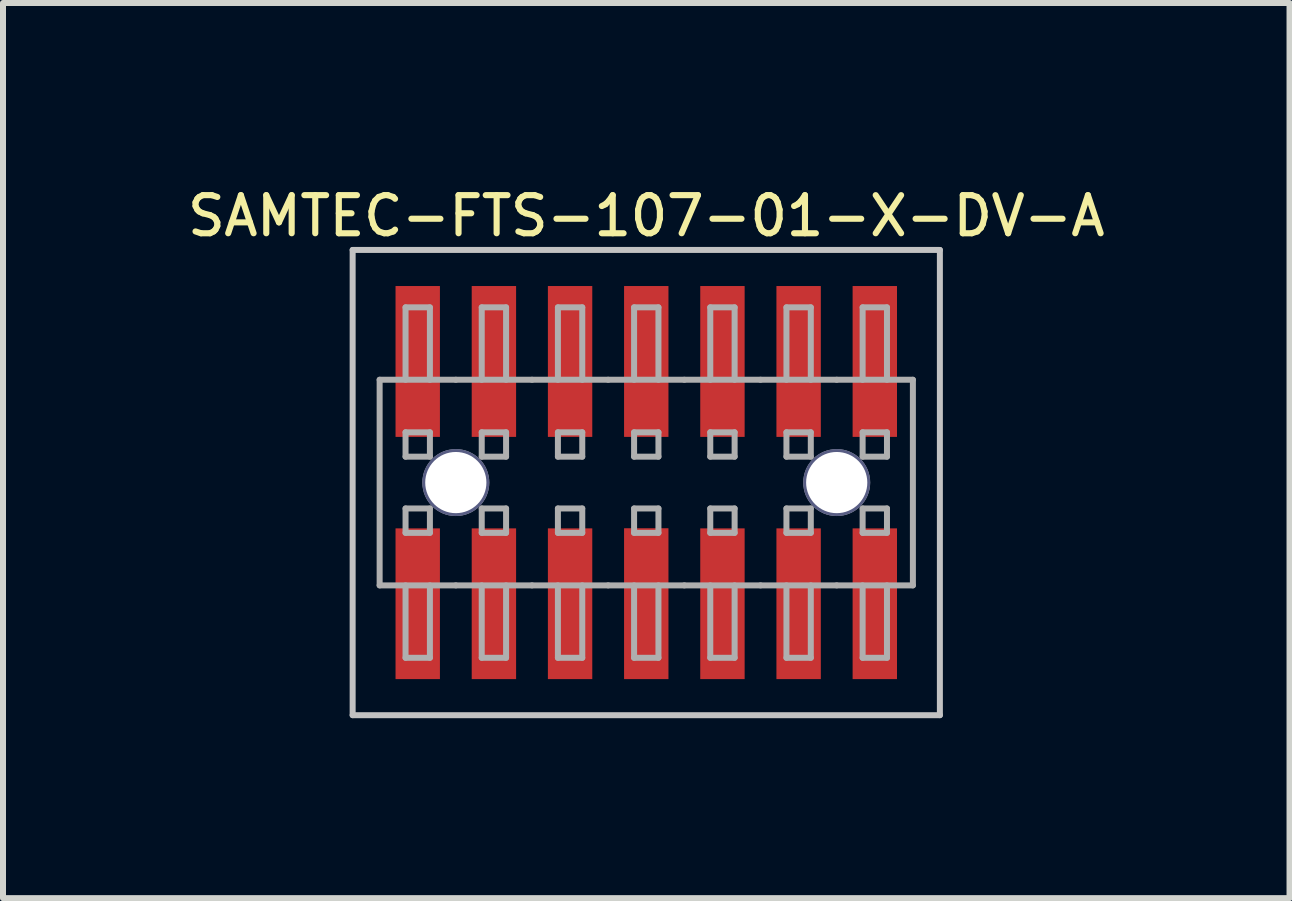
<source format=kicad_pcb>
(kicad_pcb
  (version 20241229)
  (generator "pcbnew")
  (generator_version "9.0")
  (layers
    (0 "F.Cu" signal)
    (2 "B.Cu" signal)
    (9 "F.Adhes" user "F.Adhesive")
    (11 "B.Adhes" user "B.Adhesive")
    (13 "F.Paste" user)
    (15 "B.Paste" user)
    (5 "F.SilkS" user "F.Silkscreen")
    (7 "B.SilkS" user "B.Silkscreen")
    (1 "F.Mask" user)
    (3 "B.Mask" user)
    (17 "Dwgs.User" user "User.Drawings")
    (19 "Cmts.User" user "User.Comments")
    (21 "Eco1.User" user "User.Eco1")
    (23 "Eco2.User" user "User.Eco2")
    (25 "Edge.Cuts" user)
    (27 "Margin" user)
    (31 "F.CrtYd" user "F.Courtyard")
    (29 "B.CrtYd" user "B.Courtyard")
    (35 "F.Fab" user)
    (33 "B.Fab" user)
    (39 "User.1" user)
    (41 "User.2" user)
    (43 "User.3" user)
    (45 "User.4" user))
  (footprint "SAMTEC-FTS-107-01-X-DV-A"
    (layer "F.Cu")
    (at 7.724 4.995)
    (property "Reference" "SAMTEC-FTS-107-01-X-DV-A" (at 0 -4.445 0) (layer "F.SilkS") (effects (font (size 0.635 0.635) (thickness 0.102))))
    (attr through_hole)
    (fp_circle (center -3.175 0) (end -2.614 0) (stroke (width 0) (type solid)) (fill yes) (layer "F.Mask"))
    (fp_circle (center 3.175 0) (end 3.736 0) (stroke (width 0) (type solid)) (fill yes) (layer "F.Mask"))
    (fp_poly (pts (xy -4.231 -3.326) (xy -3.389 -3.326) (xy -3.389 -0.713) (xy -4.231 -0.713)) (stroke (width 0.01) (type solid)) (fill yes) (layer "F.Mask"))
    (fp_poly (pts (xy -4.231 0.713) (xy -3.389 0.713) (xy -3.389 3.326) (xy -4.231 3.326)) (stroke (width 0.01) (type solid)) (fill yes) (layer "F.Mask"))
    (fp_poly (pts (xy -2.961 -3.326) (xy -2.119 -3.326) (xy -2.119 -0.713) (xy -2.961 -0.713)) (stroke (width 0.01) (type solid)) (fill yes) (layer "F.Mask"))
    (fp_poly (pts (xy -2.961 0.713) (xy -2.119 0.713) (xy -2.119 3.326) (xy -2.961 3.326)) (stroke (width 0.01) (type solid)) (fill yes) (layer "F.Mask"))
    (fp_poly (pts (xy -1.691 -3.326) (xy -0.849 -3.326) (xy -0.849 -0.713) (xy -1.691 -0.713)) (stroke (width 0.01) (type solid)) (fill yes) (layer "F.Mask"))
    (fp_poly (pts (xy -1.691 0.713) (xy -0.849 0.713) (xy -0.849 3.326) (xy -1.691 3.326)) (stroke (width 0.01) (type solid)) (fill yes) (layer "F.Mask"))
    (fp_poly (pts (xy -0.421 -3.326) (xy 0.421 -3.326) (xy 0.421 -0.713) (xy -0.421 -0.713)) (stroke (width 0.01) (type solid)) (fill yes) (layer "F.Mask"))
    (fp_poly (pts (xy -0.421 0.713) (xy 0.421 0.713) (xy 0.421 3.326) (xy -0.421 3.326)) (stroke (width 0.01) (type solid)) (fill yes) (layer "F.Mask"))
    (fp_poly (pts (xy 0.849 -3.326) (xy 1.691 -3.326) (xy 1.691 -0.713) (xy 0.849 -0.713)) (stroke (width 0.01) (type solid)) (fill yes) (layer "F.Mask"))
    (fp_poly (pts (xy 0.849 0.713) (xy 1.691 0.713) (xy 1.691 3.326) (xy 0.849 3.326)) (stroke (width 0.01) (type solid)) (fill yes) (layer "F.Mask"))
    (fp_poly (pts (xy 2.119 -3.327) (xy 2.961 -3.327) (xy 2.961 -0.715) (xy 2.119 -0.715)) (stroke (width 0.01) (type solid)) (fill yes) (layer "F.Mask"))
    (fp_poly (pts (xy 2.119 0.713) (xy 2.961 0.713) (xy 2.961 3.326) (xy 2.119 3.326)) (stroke (width 0.01) (type solid)) (fill yes) (layer "F.Mask"))
    (fp_poly (pts (xy 3.389 -3.326) (xy 4.231 -3.326) (xy 4.231 -0.713) (xy 3.389 -0.713)) (stroke (width 0.01) (type solid)) (fill yes) (layer "F.Mask"))
    (fp_poly (pts (xy 3.389 0.713) (xy 4.231 0.713) (xy 4.231 3.326) (xy 3.389 3.326)) (stroke (width 0.01) (type solid)) (fill yes) (layer "F.Mask"))
    (fp_circle (center -3.175 0) (end -2.614 0) (stroke (width 0) (type solid)) (fill yes) (layer "B.Mask"))
    (fp_circle (center 3.175 0) (end 3.736 0) (stroke (width 0) (type solid)) (fill yes) (layer "B.Mask"))
    (fp_poly (pts (xy -4.18 -3.275) (xy -3.44 -3.275) (xy -3.44 -0.764) (xy -4.18 -0.764)) (stroke (width 0.01) (type solid)) (fill yes) (layer "F.Paste"))
    (fp_poly (pts (xy -4.18 0.764) (xy -3.44 0.764) (xy -3.44 3.275) (xy -4.18 3.275)) (stroke (width 0.01) (type solid)) (fill yes) (layer "F.Paste"))
    (fp_poly (pts (xy -2.91 -3.275) (xy -2.17 -3.275) (xy -2.17 -0.764) (xy -2.91 -0.764)) (stroke (width 0.01) (type solid)) (fill yes) (layer "F.Paste"))
    (fp_poly (pts (xy -2.91 0.764) (xy -2.17 0.764) (xy -2.17 3.275) (xy -2.91 3.275)) (stroke (width 0.01) (type solid)) (fill yes) (layer "F.Paste"))
    (fp_poly (pts (xy -1.64 -3.275) (xy -0.9 -3.275) (xy -0.9 -0.764) (xy -1.64 -0.764)) (stroke (width 0.01) (type solid)) (fill yes) (layer "F.Paste"))
    (fp_poly (pts (xy -1.64 0.764) (xy -0.9 0.764) (xy -0.9 3.275) (xy -1.64 3.275)) (stroke (width 0.01) (type solid)) (fill yes) (layer "F.Paste"))
    (fp_poly (pts (xy -0.37 -3.275) (xy 0.37 -3.275) (xy 0.37 -0.764) (xy -0.37 -0.764)) (stroke (width 0.01) (type solid)) (fill yes) (layer "F.Paste"))
    (fp_poly (pts (xy -0.37 0.762) (xy 0.37 0.762) (xy 0.37 3.275) (xy -0.37 3.275)) (stroke (width 0.01) (type solid)) (fill yes) (layer "F.Paste"))
    (fp_poly (pts (xy 0.9 -3.277) (xy 1.64 -3.277) (xy 1.64 -0.766) (xy 0.9 -0.766)) (stroke (width 0.01) (type solid)) (fill yes) (layer "F.Paste"))
    (fp_poly (pts (xy 0.9 0.764) (xy 1.64 0.764) (xy 1.64 3.275) (xy 0.9 3.275)) (stroke (width 0.01) (type solid)) (fill yes) (layer "F.Paste"))
    (fp_poly (pts (xy 2.17 -3.275) (xy 2.91 -3.275) (xy 2.91 -0.764) (xy 2.17 -0.764)) (stroke (width 0.01) (type solid)) (fill yes) (layer "F.Paste"))
    (fp_poly (pts (xy 2.17 0.764) (xy 2.91 0.764) (xy 2.91 3.275) (xy 2.17 3.275)) (stroke (width 0.01) (type solid)) (fill yes) (layer "F.Paste"))
    (fp_poly (pts (xy 3.44 -3.275) (xy 4.18 -3.275) (xy 4.18 -0.764) (xy 3.44 -0.764)) (stroke (width 0.01) (type solid)) (fill yes) (layer "F.Paste"))
    (fp_poly (pts (xy 3.44 0.764) (xy 4.18 0.764) (xy 4.18 3.275) (xy 3.44 3.275)) (stroke (width 0.01) (type solid)) (fill yes) (layer "F.Paste"))
    (fp_line (start -4.895 -3.878) (end -4.895 3.878) (stroke (width 0.1) (type solid)) (layer "Dwgs.User"))
    (fp_line (start -4.895 3.878) (end 4.895 3.878) (stroke (width 0.1) (type solid)) (layer "Dwgs.User"))
    (fp_line (start 4.895 -3.878) (end -4.895 -3.878) (stroke (width 0.1) (type solid)) (layer "Dwgs.User"))
    (fp_line (start 4.895 3.878) (end 4.895 -3.878) (stroke (width 0.1) (type solid)) (layer "Dwgs.User"))
    (fp_circle (center -3.175 0) (end -2.667 0) (stroke (width 0.1) (type solid)) (fill no) (layer "B.Fab"))
    (fp_circle (center 3.175 0) (end 3.683 0) (stroke (width 0.1) (type solid)) (fill no) (layer "B.Fab"))
    (fp_line (start -4.445 -1.714) (end -3.175 -1.714) (stroke (width 0.1) (type solid)) (layer "F.Fab"))
    (fp_line (start -4.445 1.714) (end -4.445 -1.714) (stroke (width 0.1) (type solid)) (layer "F.Fab"))
    (fp_line (start -4.013 -2.921) (end -3.607 -2.921) (stroke (width 0.1) (type solid)) (layer "F.Fab"))
    (fp_line (start -4.013 -1.714) (end -4.013 -2.921) (stroke (width 0.1) (type solid)) (layer "F.Fab"))
    (fp_line (start -4.013 -0.838) (end -3.607 -0.838) (stroke (width 0.1) (type solid)) (layer "F.Fab"))
    (fp_line (start -4.013 -0.432) (end -4.013 -0.838) (stroke (width 0.1) (type solid)) (layer "F.Fab"))
    (fp_line (start -4.013 0.432) (end -3.607 0.432) (stroke (width 0.1) (type solid)) (layer "F.Fab"))
    (fp_line (start -4.013 0.838) (end -4.013 0.432) (stroke (width 0.1) (type solid)) (layer "F.Fab"))
    (fp_line (start -4.013 1.714) (end -4.013 2.921) (stroke (width 0.1) (type solid)) (layer "F.Fab"))
    (fp_line (start -4.013 2.921) (end -3.607 2.921) (stroke (width 0.1) (type solid)) (layer "F.Fab"))
    (fp_line (start -3.607 -2.921) (end -3.607 -1.714) (stroke (width 0.1) (type solid)) (layer "F.Fab"))
    (fp_line (start -3.607 -0.838) (end -3.607 -0.432) (stroke (width 0.1) (type solid)) (layer "F.Fab"))
    (fp_line (start -3.607 -0.432) (end -4.013 -0.432) (stroke (width 0.1) (type solid)) (layer "F.Fab"))
    (fp_line (start -3.607 0.432) (end -3.607 0.838) (stroke (width 0.1) (type solid)) (layer "F.Fab"))
    (fp_line (start -3.607 0.838) (end -4.013 0.838) (stroke (width 0.1) (type solid)) (layer "F.Fab"))
    (fp_line (start -3.607 2.921) (end -3.607 1.714) (stroke (width 0.1) (type solid)) (layer "F.Fab"))
    (fp_line (start -3.175 1.714) (end -4.445 1.714) (stroke (width 0.1) (type solid)) (layer "F.Fab"))
    (fp_line (start -3.175 1.714) (end -1.905 1.714) (stroke (width 0.1) (type solid)) (layer "F.Fab"))
    (fp_line (start -2.743 -2.921) (end -2.743 -1.714) (stroke (width 0.1) (type solid)) (layer "F.Fab"))
    (fp_line (start -2.743 -0.838) (end -2.743 -0.432) (stroke (width 0.1) (type solid)) (layer "F.Fab"))
    (fp_line (start -2.743 -0.432) (end -2.337 -0.432) (stroke (width 0.1) (type solid)) (layer "F.Fab"))
    (fp_line (start -2.743 0.432) (end -2.743 0.838) (stroke (width 0.1) (type solid)) (layer "F.Fab"))
    (fp_line (start -2.743 0.838) (end -2.337 0.838) (stroke (width 0.1) (type solid)) (layer "F.Fab"))
    (fp_line (start -2.743 2.921) (end -2.743 1.714) (stroke (width 0.1) (type solid)) (layer "F.Fab"))
    (fp_line (start -2.337 -2.921) (end -2.743 -2.921) (stroke (width 0.1) (type solid)) (layer "F.Fab"))
    (fp_line (start -2.337 -1.714) (end -2.337 -2.921) (stroke (width 0.1) (type solid)) (layer "F.Fab"))
    (fp_line (start -2.337 -0.838) (end -2.743 -0.838) (stroke (width 0.1) (type solid)) (layer "F.Fab"))
    (fp_line (start -2.337 -0.432) (end -2.337 -0.838) (stroke (width 0.1) (type solid)) (layer "F.Fab"))
    (fp_line (start -2.337 0.432) (end -2.743 0.432) (stroke (width 0.1) (type solid)) (layer "F.Fab"))
    (fp_line (start -2.337 0.838) (end -2.337 0.432) (stroke (width 0.1) (type solid)) (layer "F.Fab"))
    (fp_line (start -2.337 1.714) (end -2.337 2.921) (stroke (width 0.1) (type solid)) (layer "F.Fab"))
    (fp_line (start -2.337 2.921) (end -2.743 2.921) (stroke (width 0.1) (type solid)) (layer "F.Fab"))
    (fp_line (start -1.905 -1.714) (end -3.175 -1.714) (stroke (width 0.1) (type solid)) (layer "F.Fab"))
    (fp_line (start -1.905 1.714) (end -0.635 1.714) (stroke (width 0.1) (type solid)) (layer "F.Fab"))
    (fp_line (start -1.473 -2.921) (end -1.473 -1.714) (stroke (width 0.1) (type solid)) (layer "F.Fab"))
    (fp_line (start -1.473 -0.838) (end -1.473 -0.432) (stroke (width 0.1) (type solid)) (layer "F.Fab"))
    (fp_line (start -1.473 -0.432) (end -1.067 -0.432) (stroke (width 0.1) (type solid)) (layer "F.Fab"))
    (fp_line (start -1.473 0.432) (end -1.473 0.838) (stroke (width 0.1) (type solid)) (layer "F.Fab"))
    (fp_line (start -1.473 0.838) (end -1.067 0.838) (stroke (width 0.1) (type solid)) (layer "F.Fab"))
    (fp_line (start -1.473 2.921) (end -1.473 1.714) (stroke (width 0.1) (type solid)) (layer "F.Fab"))
    (fp_line (start -1.067 -2.921) (end -1.473 -2.921) (stroke (width 0.1) (type solid)) (layer "F.Fab"))
    (fp_line (start -1.067 -1.714) (end -1.067 -2.921) (stroke (width 0.1) (type solid)) (layer "F.Fab"))
    (fp_line (start -1.067 -0.838) (end -1.473 -0.838) (stroke (width 0.1) (type solid)) (layer "F.Fab"))
    (fp_line (start -1.067 -0.432) (end -1.067 -0.838) (stroke (width 0.1) (type solid)) (layer "F.Fab"))
    (fp_line (start -1.067 0.432) (end -1.473 0.432) (stroke (width 0.1) (type solid)) (layer "F.Fab"))
    (fp_line (start -1.067 0.838) (end -1.067 0.432) (stroke (width 0.1) (type solid)) (layer "F.Fab"))
    (fp_line (start -1.067 1.714) (end -1.067 2.921) (stroke (width 0.1) (type solid)) (layer "F.Fab"))
    (fp_line (start -1.067 2.921) (end -1.473 2.921) (stroke (width 0.1) (type solid)) (layer "F.Fab"))
    (fp_line (start -0.635 -1.714) (end -1.905 -1.714) (stroke (width 0.1) (type solid)) (layer "F.Fab"))
    (fp_line (start -0.635 1.714) (end 0.635 1.714) (stroke (width 0.1) (type solid)) (layer "F.Fab"))
    (fp_line (start -0.203 -2.921) (end -0.203 -1.714) (stroke (width 0.1) (type solid)) (layer "F.Fab"))
    (fp_line (start -0.203 -0.838) (end -0.203 -0.432) (stroke (width 0.1) (type solid)) (layer "F.Fab"))
    (fp_line (start -0.203 -0.432) (end 0.203 -0.432) (stroke (width 0.1) (type solid)) (layer "F.Fab"))
    (fp_line (start -0.203 0.432) (end -0.203 0.838) (stroke (width 0.1) (type solid)) (layer "F.Fab"))
    (fp_line (start -0.203 0.838) (end 0.203 0.838) (stroke (width 0.1) (type solid)) (layer "F.Fab"))
    (fp_line (start -0.203 2.921) (end -0.203 1.714) (stroke (width 0.1) (type solid)) (layer "F.Fab"))
    (fp_line (start 0.203 -2.921) (end -0.203 -2.921) (stroke (width 0.1) (type solid)) (layer "F.Fab"))
    (fp_line (start 0.203 -1.714) (end 0.203 -2.921) (stroke (width 0.1) (type solid)) (layer "F.Fab"))
    (fp_line (start 0.203 -0.838) (end -0.203 -0.838) (stroke (width 0.1) (type solid)) (layer "F.Fab"))
    (fp_line (start 0.203 -0.432) (end 0.203 -0.838) (stroke (width 0.1) (type solid)) (layer "F.Fab"))
    (fp_line (start 0.203 0.432) (end -0.203 0.432) (stroke (width 0.1) (type solid)) (layer "F.Fab"))
    (fp_line (start 0.203 0.838) (end 0.203 0.432) (stroke (width 0.1) (type solid)) (layer "F.Fab"))
    (fp_line (start 0.203 1.714) (end 0.203 2.921) (stroke (width 0.1) (type solid)) (layer "F.Fab"))
    (fp_line (start 0.203 2.921) (end -0.203 2.921) (stroke (width 0.1) (type solid)) (layer "F.Fab"))
    (fp_line (start 0.635 -1.714) (end -0.635 -1.714) (stroke (width 0.1) (type solid)) (layer "F.Fab"))
    (fp_line (start 0.635 1.714) (end 1.905 1.714) (stroke (width 0.1) (type solid)) (layer "F.Fab"))
    (fp_line (start 1.067 -2.921) (end 1.067 -1.714) (stroke (width 0.1) (type solid)) (layer "F.Fab"))
    (fp_line (start 1.067 -0.838) (end 1.067 -0.432) (stroke (width 0.1) (type solid)) (layer "F.Fab"))
    (fp_line (start 1.067 -0.432) (end 1.473 -0.432) (stroke (width 0.1) (type solid)) (layer "F.Fab"))
    (fp_line (start 1.067 0.432) (end 1.067 0.838) (stroke (width 0.1) (type solid)) (layer "F.Fab"))
    (fp_line (start 1.067 0.838) (end 1.473 0.838) (stroke (width 0.1) (type solid)) (layer "F.Fab"))
    (fp_line (start 1.067 2.921) (end 1.067 1.714) (stroke (width 0.1) (type solid)) (layer "F.Fab"))
    (fp_line (start 1.473 -2.921) (end 1.067 -2.921) (stroke (width 0.1) (type solid)) (layer "F.Fab"))
    (fp_line (start 1.473 -1.714) (end 1.473 -2.921) (stroke (width 0.1) (type solid)) (layer "F.Fab"))
    (fp_line (start 1.473 -0.838) (end 1.067 -0.838) (stroke (width 0.1) (type solid)) (layer "F.Fab"))
    (fp_line (start 1.473 -0.432) (end 1.473 -0.838) (stroke (width 0.1) (type solid)) (layer "F.Fab"))
    (fp_line (start 1.473 0.432) (end 1.067 0.432) (stroke (width 0.1) (type solid)) (layer "F.Fab"))
    (fp_line (start 1.473 0.838) (end 1.473 0.432) (stroke (width 0.1) (type solid)) (layer "F.Fab"))
    (fp_line (start 1.473 1.714) (end 1.473 2.921) (stroke (width 0.1) (type solid)) (layer "F.Fab"))
    (fp_line (start 1.473 2.921) (end 1.067 2.921) (stroke (width 0.1) (type solid)) (layer "F.Fab"))
    (fp_line (start 1.905 -1.714) (end 0.635 -1.714) (stroke (width 0.1) (type solid)) (layer "F.Fab"))
    (fp_line (start 1.905 1.714) (end 3.175 1.714) (stroke (width 0.1) (type solid)) (layer "F.Fab"))
    (fp_line (start 2.337 -2.921) (end 2.337 -1.714) (stroke (width 0.1) (type solid)) (layer "F.Fab"))
    (fp_line (start 2.337 -0.838) (end 2.337 -0.432) (stroke (width 0.1) (type solid)) (layer "F.Fab"))
    (fp_line (start 2.337 -0.432) (end 2.743 -0.432) (stroke (width 0.1) (type solid)) (layer "F.Fab"))
    (fp_line (start 2.337 0.432) (end 2.337 0.838) (stroke (width 0.1) (type solid)) (layer "F.Fab"))
    (fp_line (start 2.337 0.838) (end 2.743 0.838) (stroke (width 0.1) (type solid)) (layer "F.Fab"))
    (fp_line (start 2.337 2.921) (end 2.337 1.714) (stroke (width 0.1) (type solid)) (layer "F.Fab"))
    (fp_line (start 2.743 -2.921) (end 2.337 -2.921) (stroke (width 0.1) (type solid)) (layer "F.Fab"))
    (fp_line (start 2.743 -1.714) (end 2.743 -2.921) (stroke (width 0.1) (type solid)) (layer "F.Fab"))
    (fp_line (start 2.743 -0.838) (end 2.337 -0.838) (stroke (width 0.1) (type solid)) (layer "F.Fab"))
    (fp_line (start 2.743 -0.432) (end 2.743 -0.838) (stroke (width 0.1) (type solid)) (layer "F.Fab"))
    (fp_line (start 2.743 0.432) (end 2.337 0.432) (stroke (width 0.1) (type solid)) (layer "F.Fab"))
    (fp_line (start 2.743 0.838) (end 2.743 0.432) (stroke (width 0.1) (type solid)) (layer "F.Fab"))
    (fp_line (start 2.743 1.714) (end 2.743 2.921) (stroke (width 0.1) (type solid)) (layer "F.Fab"))
    (fp_line (start 2.743 2.921) (end 2.337 2.921) (stroke (width 0.1) (type solid)) (layer "F.Fab"))
    (fp_line (start 3.175 -1.714) (end 1.905 -1.714) (stroke (width 0.1) (type solid)) (layer "F.Fab"))
    (fp_line (start 3.175 1.714) (end 4.445 1.714) (stroke (width 0.1) (type solid)) (layer "F.Fab"))
    (fp_line (start 3.607 -2.921) (end 3.607 -1.714) (stroke (width 0.1) (type solid)) (layer "F.Fab"))
    (fp_line (start 3.607 -0.838) (end 3.607 -0.432) (stroke (width 0.1) (type solid)) (layer "F.Fab"))
    (fp_line (start 3.607 -0.432) (end 4.013 -0.432) (stroke (width 0.1) (type solid)) (layer "F.Fab"))
    (fp_line (start 3.607 0.432) (end 3.607 0.838) (stroke (width 0.1) (type solid)) (layer "F.Fab"))
    (fp_line (start 3.607 0.838) (end 4.013 0.838) (stroke (width 0.1) (type solid)) (layer "F.Fab"))
    (fp_line (start 3.607 2.921) (end 3.607 1.714) (stroke (width 0.1) (type solid)) (layer "F.Fab"))
    (fp_line (start 4.013 -2.921) (end 3.607 -2.921) (stroke (width 0.1) (type solid)) (layer "F.Fab"))
    (fp_line (start 4.013 -1.714) (end 4.013 -2.921) (stroke (width 0.1) (type solid)) (layer "F.Fab"))
    (fp_line (start 4.013 -0.838) (end 3.607 -0.838) (stroke (width 0.1) (type solid)) (layer "F.Fab"))
    (fp_line (start 4.013 -0.432) (end 4.013 -0.838) (stroke (width 0.1) (type solid)) (layer "F.Fab"))
    (fp_line (start 4.013 0.432) (end 3.607 0.432) (stroke (width 0.1) (type solid)) (layer "F.Fab"))
    (fp_line (start 4.013 0.838) (end 4.013 0.432) (stroke (width 0.1) (type solid)) (layer "F.Fab"))
    (fp_line (start 4.013 1.714) (end 4.013 2.921) (stroke (width 0.1) (type solid)) (layer "F.Fab"))
    (fp_line (start 4.013 2.921) (end 3.607 2.921) (stroke (width 0.1) (type solid)) (layer "F.Fab"))
    (fp_line (start 4.445 -1.714) (end 3.175 -1.714) (stroke (width 0.1) (type solid)) (layer "F.Fab"))
    (fp_line (start 4.445 1.714) (end 4.445 -1.714) (stroke (width 0.1) (type solid)) (layer "F.Fab"))
    (fp_circle (center -3.175 0) (end -2.667 0) (stroke (width 0.1) (type solid)) (fill no) (layer "F.Fab"))
    (fp_circle (center 3.175 0) (end 3.683 0) (stroke (width 0.1) (type solid)) (fill no) (layer "F.Fab"))
    (pad "" np_thru_hole circle (at -3.175 0) (size 1.02 1.02) (drill 1.02) (layers "*.Cu" "*.Mask"))
    (pad "" np_thru_hole circle (at 3.175 0) (size 1.02 1.02) (drill 1.02) (layers "*.Cu" "*.Mask"))
    (pad "1" smd rect (at -3.81 2.02) (size 0.74 2.513) (layers "F.Cu" "F.Paste"))
    (pad "2" smd rect (at -3.81 -2.019) (size 0.74 2.515) (layers "F.Cu" "F.Paste"))
    (pad "3" smd rect (at -2.54 2.02) (size 0.74 2.513) (layers "F.Cu" "F.Paste"))
    (pad "4" smd rect (at -2.54 -2.019) (size 0.74 2.515) (layers "F.Cu" "F.Paste"))
    (pad "5" smd rect (at -1.27 2.02) (size 0.74 2.513) (layers "F.Cu" "F.Paste"))
    (pad "6" smd rect (at -1.27 -2.019) (size 0.74 2.515) (layers "F.Cu" "F.Paste"))
    (pad "7" smd rect (at 0 2.019) (size 0.74 2.515) (layers "F.Cu" "F.Paste"))
    (pad "8" smd rect (at 0 -2.019) (size 0.74 2.515) (layers "F.Cu" "F.Paste"))
    (pad "9" smd rect (at 1.27 2.02) (size 0.74 2.513) (layers "F.Cu" "F.Paste"))
    (pad "10" smd rect (at 1.27 -2.019) (size 0.74 2.515) (layers "F.Cu" "F.Paste"))
    (pad "11" smd rect (at 2.54 2.02) (size 0.74 2.513) (layers "F.Cu" "F.Paste"))
    (pad "12" smd rect (at 2.54 -2.019) (size 0.74 2.515) (layers "F.Cu" "F.Paste"))
    (pad "13" smd rect (at 3.81 2.02) (size 0.74 2.513) (layers "F.Cu" "F.Paste"))
    (pad "14" smd rect (at 3.81 -2.019) (size 0.74 2.515) (layers "F.Cu" "F.Paste")))
  (gr_rect
    (start -3 -3)
    (end 18.448 11.923)
    (stroke (width 0.1) (type default))
    (fill no)
    (layer "Edge.Cuts")))
</source>
